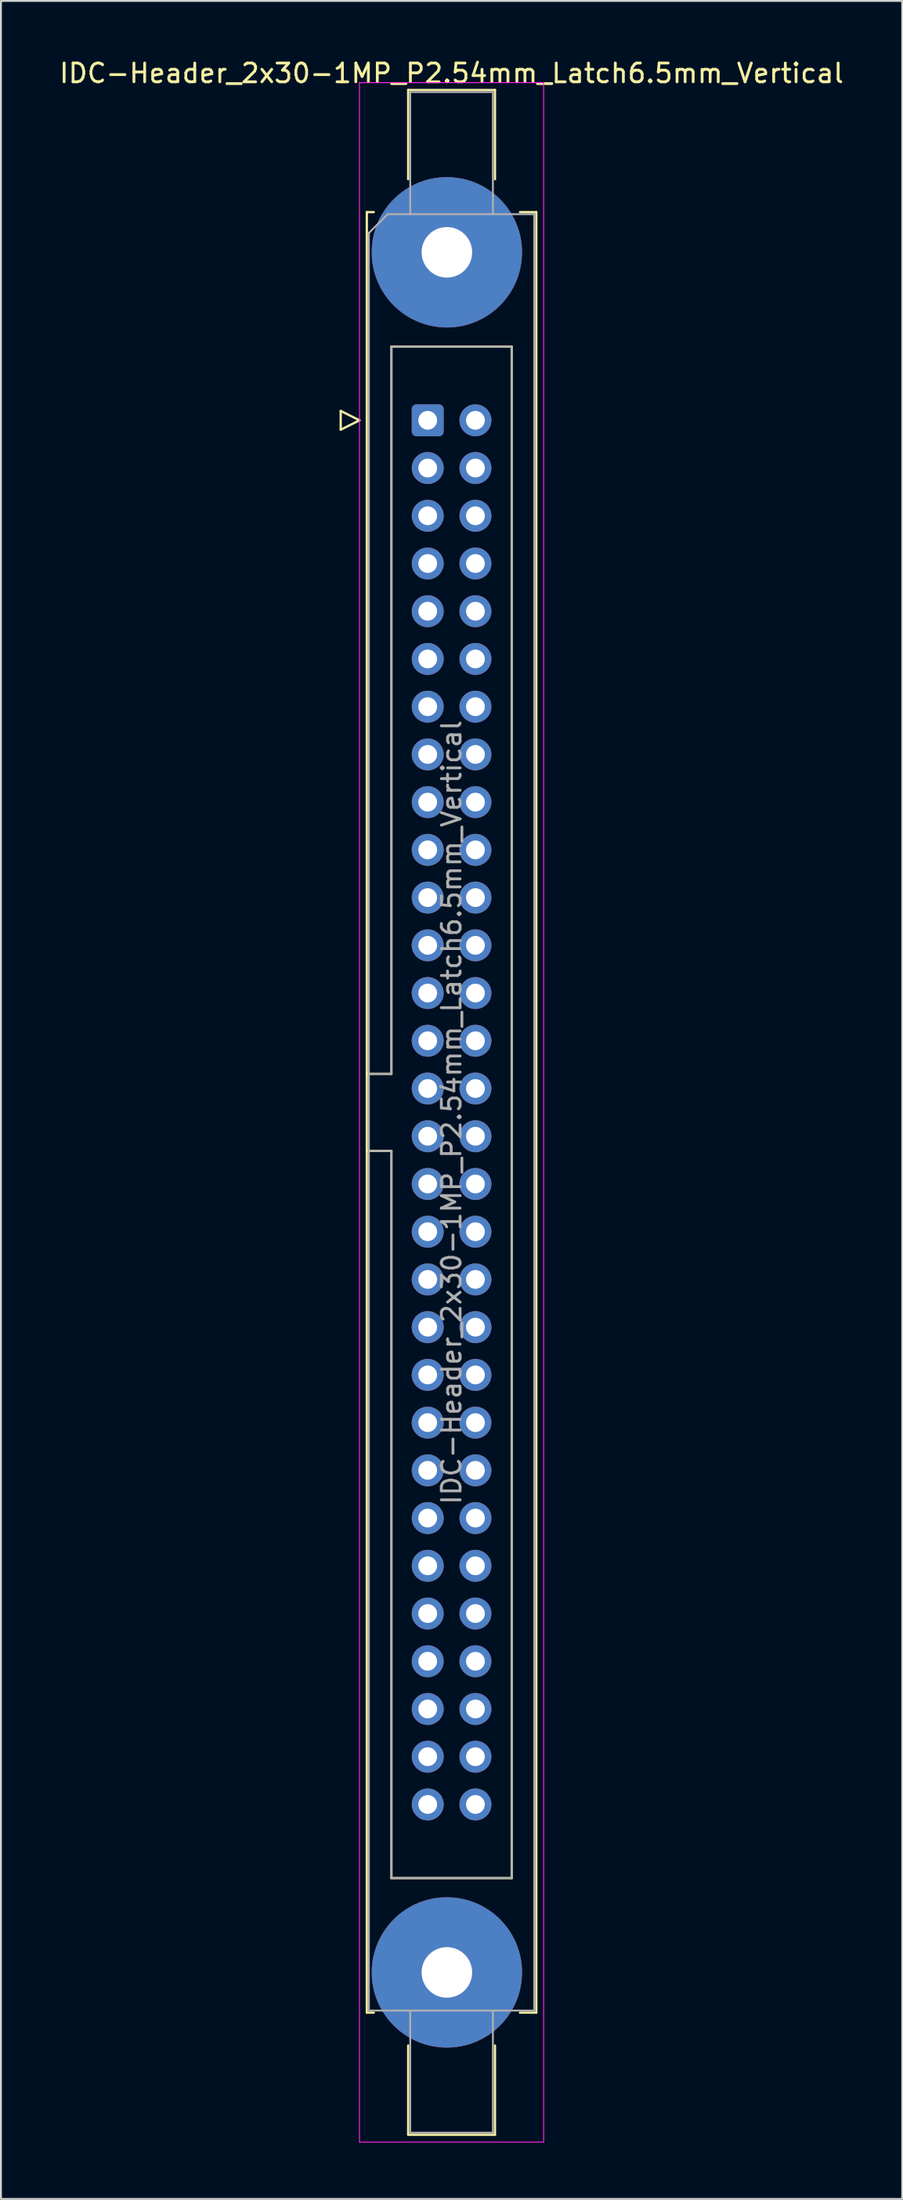
<source format=kicad_pcb>
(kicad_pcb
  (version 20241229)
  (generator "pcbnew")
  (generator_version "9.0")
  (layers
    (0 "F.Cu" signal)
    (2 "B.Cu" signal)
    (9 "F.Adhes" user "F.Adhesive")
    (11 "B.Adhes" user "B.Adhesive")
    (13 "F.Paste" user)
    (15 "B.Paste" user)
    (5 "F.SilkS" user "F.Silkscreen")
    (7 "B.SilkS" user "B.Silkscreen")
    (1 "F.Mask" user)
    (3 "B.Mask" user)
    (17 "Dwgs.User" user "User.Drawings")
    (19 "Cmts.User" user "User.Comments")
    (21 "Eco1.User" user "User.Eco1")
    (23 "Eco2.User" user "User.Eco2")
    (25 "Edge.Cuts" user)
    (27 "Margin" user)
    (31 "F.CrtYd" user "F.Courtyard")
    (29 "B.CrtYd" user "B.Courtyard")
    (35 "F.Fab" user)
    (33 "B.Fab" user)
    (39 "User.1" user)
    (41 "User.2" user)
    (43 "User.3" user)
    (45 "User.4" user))
  (footprint "IDC-Header_2x30-1MP_P2.54mm_Latch6.5mm_Vertical"
    (layer "F.Cu")
    (at 19.712 19.318)
    (property "Reference" "IDC-Header_2x30-1MP_P2.54mm_Latch6.5mm_Vertical" (at 1.27 -18.47 0) (layer "F.SilkS") (effects (font (size 1 1) (thickness 0.15))))
    (attr through_hole)
    (fp_line (start -4.63 -0.5) (end -4.63 0.5) (stroke (width 0.12) (type solid)) (layer "F.SilkS"))
    (fp_line (start -4.63 0.5) (end -3.63 0) (stroke (width 0.12) (type solid)) (layer "F.SilkS"))
    (fp_line (start -3.63 0) (end -4.63 -0.5) (stroke (width 0.12) (type solid)) (layer "F.SilkS"))
    (fp_line (start -3.24 -11.08) (end -3.24 84.74) (stroke (width 0.12) (type solid)) (layer "F.SilkS"))
    (fp_line (start -3.24 34.78) (end -1.93 34.78) (stroke (width 0.12) (type solid)) (layer "F.SilkS"))
    (fp_line (start -3.24 84.74) (end -2.87 84.74) (stroke (width 0.12) (type solid)) (layer "F.SilkS"))
    (fp_line (start -2.87 -11.08) (end -3.24 -11.08) (stroke (width 0.12) (type solid)) (layer "F.SilkS"))
    (fp_line (start -1.93 -3.92) (end 4.47 -3.92) (stroke (width 0.12) (type solid)) (layer "F.SilkS"))
    (fp_line (start -1.93 34.78) (end -1.93 -3.92) (stroke (width 0.12) (type solid)) (layer "F.SilkS"))
    (fp_line (start -1.93 38.88) (end -3.24 38.88) (stroke (width 0.12) (type solid)) (layer "F.SilkS"))
    (fp_line (start -1.93 77.58) (end -1.93 38.88) (stroke (width 0.12) (type solid)) (layer "F.SilkS"))
    (fp_line (start -1.04 -17.58) (end 3.58 -17.58) (stroke (width 0.12) (type solid)) (layer "F.SilkS"))
    (fp_line (start -1.04 -12.83) (end -1.04 -17.58) (stroke (width 0.12) (type solid)) (layer "F.SilkS"))
    (fp_line (start -1.04 86.49) (end -1.04 91.24) (stroke (width 0.12) (type solid)) (layer "F.SilkS"))
    (fp_line (start -1.04 91.24) (end 3.58 91.24) (stroke (width 0.12) (type solid)) (layer "F.SilkS"))
    (fp_line (start 3.58 -17.58) (end 3.58 -12.83) (stroke (width 0.12) (type solid)) (layer "F.SilkS"))
    (fp_line (start 3.58 91.24) (end 3.58 86.49) (stroke (width 0.12) (type solid)) (layer "F.SilkS"))
    (fp_line (start 4.47 -3.92) (end 4.47 77.58) (stroke (width 0.12) (type solid)) (layer "F.SilkS"))
    (fp_line (start 4.47 77.58) (end -1.93 77.58) (stroke (width 0.12) (type solid)) (layer "F.SilkS"))
    (fp_line (start 4.91 -11.08) (end 5.78 -11.08) (stroke (width 0.12) (type solid)) (layer "F.SilkS"))
    (fp_line (start 5.78 -11.08) (end 5.78 84.74) (stroke (width 0.12) (type solid)) (layer "F.SilkS"))
    (fp_line (start 5.78 84.74) (end 4.91 84.74) (stroke (width 0.12) (type solid)) (layer "F.SilkS"))
    (fp_line (start -3.63 -17.97) (end -3.63 91.63) (stroke (width 0.05) (type solid)) (layer "F.CrtYd"))
    (fp_line (start -3.63 91.63) (end 6.17 91.63) (stroke (width 0.05) (type solid)) (layer "F.CrtYd"))
    (fp_line (start 6.17 -17.97) (end -3.63 -17.97) (stroke (width 0.05) (type solid)) (layer "F.CrtYd"))
    (fp_line (start 6.17 91.63) (end 6.17 -17.97) (stroke (width 0.05) (type solid)) (layer "F.CrtYd"))
    (fp_line (start -3.13 -9.97) (end -2.13 -10.97) (stroke (width 0.1) (type solid)) (layer "F.Fab"))
    (fp_line (start -3.13 34.78) (end -1.93 34.78) (stroke (width 0.1) (type solid)) (layer "F.Fab"))
    (fp_line (start -3.13 84.63) (end -3.13 -9.97) (stroke (width 0.1) (type solid)) (layer "F.Fab"))
    (fp_line (start -2.13 -10.97) (end 5.67 -10.97) (stroke (width 0.1) (type solid)) (layer "F.Fab"))
    (fp_line (start -1.93 -3.92) (end 4.47 -3.92) (stroke (width 0.1) (type solid)) (layer "F.Fab"))
    (fp_line (start -1.93 34.78) (end -1.93 -3.92) (stroke (width 0.1) (type solid)) (layer "F.Fab"))
    (fp_line (start -1.93 38.88) (end -3.13 38.88) (stroke (width 0.1) (type solid)) (layer "F.Fab"))
    (fp_line (start -1.93 77.58) (end -1.93 38.88) (stroke (width 0.1) (type solid)) (layer "F.Fab"))
    (fp_line (start -0.93 -17.47) (end 3.47 -17.47) (stroke (width 0.1) (type solid)) (layer "F.Fab"))
    (fp_line (start -0.93 -10.97) (end -0.93 -17.47) (stroke (width 0.1) (type solid)) (layer "F.Fab"))
    (fp_line (start -0.93 84.63) (end -0.93 91.13) (stroke (width 0.1) (type solid)) (layer "F.Fab"))
    (fp_line (start -0.93 91.13) (end 3.47 91.13) (stroke (width 0.1) (type solid)) (layer "F.Fab"))
    (fp_line (start 3.47 -17.47) (end 3.47 -10.97) (stroke (width 0.1) (type solid)) (layer "F.Fab"))
    (fp_line (start 3.47 91.13) (end 3.47 84.63) (stroke (width 0.1) (type solid)) (layer "F.Fab"))
    (fp_line (start 4.47 -3.92) (end 4.47 77.58) (stroke (width 0.1) (type solid)) (layer "F.Fab"))
    (fp_line (start 4.47 77.58) (end -1.93 77.58) (stroke (width 0.1) (type solid)) (layer "F.Fab"))
    (fp_line (start 5.67 -10.97) (end 5.67 84.63) (stroke (width 0.1) (type solid)) (layer "F.Fab"))
    (fp_line (start 5.67 84.63) (end -3.13 84.63) (stroke (width 0.1) (type solid)) (layer "F.Fab"))
    (fp_text user "${REFERENCE}" (at 1.27 36.83 90) (layer "F.Fab") (effects (font (size 1 1) (thickness 0.15))))
    (pad "1" thru_hole roundrect (at 0 0) (size 1.7 1.7) (drill 1) (layers "*.Cu" "*.Mask") (roundrect_rratio 0.147))
    (pad "2" thru_hole circle (at 2.54 0) (size 1.7 1.7) (drill 1) (layers "*.Cu" "*.Mask"))
    (pad "3" thru_hole circle (at 0 2.54) (size 1.7 1.7) (drill 1) (layers "*.Cu" "*.Mask"))
    (pad "4" thru_hole circle (at 2.54 2.54) (size 1.7 1.7) (drill 1) (layers "*.Cu" "*.Mask"))
    (pad "5" thru_hole circle (at 0 5.08) (size 1.7 1.7) (drill 1) (layers "*.Cu" "*.Mask"))
    (pad "6" thru_hole circle (at 2.54 5.08) (size 1.7 1.7) (drill 1) (layers "*.Cu" "*.Mask"))
    (pad "7" thru_hole circle (at 0 7.62) (size 1.7 1.7) (drill 1) (layers "*.Cu" "*.Mask"))
    (pad "8" thru_hole circle (at 2.54 7.62) (size 1.7 1.7) (drill 1) (layers "*.Cu" "*.Mask"))
    (pad "9" thru_hole circle (at 0 10.16) (size 1.7 1.7) (drill 1) (layers "*.Cu" "*.Mask"))
    (pad "10" thru_hole circle (at 2.54 10.16) (size 1.7 1.7) (drill 1) (layers "*.Cu" "*.Mask"))
    (pad "11" thru_hole circle (at 0 12.7) (size 1.7 1.7) (drill 1) (layers "*.Cu" "*.Mask"))
    (pad "12" thru_hole circle (at 2.54 12.7) (size 1.7 1.7) (drill 1) (layers "*.Cu" "*.Mask"))
    (pad "13" thru_hole circle (at 0 15.24) (size 1.7 1.7) (drill 1) (layers "*.Cu" "*.Mask"))
    (pad "14" thru_hole circle (at 2.54 15.24) (size 1.7 1.7) (drill 1) (layers "*.Cu" "*.Mask"))
    (pad "15" thru_hole circle (at 0 17.78) (size 1.7 1.7) (drill 1) (layers "*.Cu" "*.Mask"))
    (pad "16" thru_hole circle (at 2.54 17.78) (size 1.7 1.7) (drill 1) (layers "*.Cu" "*.Mask"))
    (pad "17" thru_hole circle (at 0 20.32) (size 1.7 1.7) (drill 1) (layers "*.Cu" "*.Mask"))
    (pad "18" thru_hole circle (at 2.54 20.32) (size 1.7 1.7) (drill 1) (layers "*.Cu" "*.Mask"))
    (pad "19" thru_hole circle (at 0 22.86) (size 1.7 1.7) (drill 1) (layers "*.Cu" "*.Mask"))
    (pad "20" thru_hole circle (at 2.54 22.86) (size 1.7 1.7) (drill 1) (layers "*.Cu" "*.Mask"))
    (pad "21" thru_hole circle (at 0 25.4) (size 1.7 1.7) (drill 1) (layers "*.Cu" "*.Mask"))
    (pad "22" thru_hole circle (at 2.54 25.4) (size 1.7 1.7) (drill 1) (layers "*.Cu" "*.Mask"))
    (pad "23" thru_hole circle (at 0 27.94) (size 1.7 1.7) (drill 1) (layers "*.Cu" "*.Mask"))
    (pad "24" thru_hole circle (at 2.54 27.94) (size 1.7 1.7) (drill 1) (layers "*.Cu" "*.Mask"))
    (pad "25" thru_hole circle (at 0 30.48) (size 1.7 1.7) (drill 1) (layers "*.Cu" "*.Mask"))
    (pad "26" thru_hole circle (at 2.54 30.48) (size 1.7 1.7) (drill 1) (layers "*.Cu" "*.Mask"))
    (pad "27" thru_hole circle (at 0 33.02) (size 1.7 1.7) (drill 1) (layers "*.Cu" "*.Mask"))
    (pad "28" thru_hole circle (at 2.54 33.02) (size 1.7 1.7) (drill 1) (layers "*.Cu" "*.Mask"))
    (pad "29" thru_hole circle (at 0 35.56) (size 1.7 1.7) (drill 1) (layers "*.Cu" "*.Mask"))
    (pad "30" thru_hole circle (at 2.54 35.56) (size 1.7 1.7) (drill 1) (layers "*.Cu" "*.Mask"))
    (pad "31" thru_hole circle (at 0 38.1) (size 1.7 1.7) (drill 1) (layers "*.Cu" "*.Mask"))
    (pad "32" thru_hole circle (at 2.54 38.1) (size 1.7 1.7) (drill 1) (layers "*.Cu" "*.Mask"))
    (pad "33" thru_hole circle (at 0 40.64) (size 1.7 1.7) (drill 1) (layers "*.Cu" "*.Mask"))
    (pad "34" thru_hole circle (at 2.54 40.64) (size 1.7 1.7) (drill 1) (layers "*.Cu" "*.Mask"))
    (pad "35" thru_hole circle (at 0 43.18) (size 1.7 1.7) (drill 1) (layers "*.Cu" "*.Mask"))
    (pad "36" thru_hole circle (at 2.54 43.18) (size 1.7 1.7) (drill 1) (layers "*.Cu" "*.Mask"))
    (pad "37" thru_hole circle (at 0 45.72) (size 1.7 1.7) (drill 1) (layers "*.Cu" "*.Mask"))
    (pad "38" thru_hole circle (at 2.54 45.72) (size 1.7 1.7) (drill 1) (layers "*.Cu" "*.Mask"))
    (pad "39" thru_hole circle (at 0 48.26) (size 1.7 1.7) (drill 1) (layers "*.Cu" "*.Mask"))
    (pad "40" thru_hole circle (at 2.54 48.26) (size 1.7 1.7) (drill 1) (layers "*.Cu" "*.Mask"))
    (pad "41" thru_hole circle (at 0 50.8) (size 1.7 1.7) (drill 1) (layers "*.Cu" "*.Mask"))
    (pad "42" thru_hole circle (at 2.54 50.8) (size 1.7 1.7) (drill 1) (layers "*.Cu" "*.Mask"))
    (pad "43" thru_hole circle (at 0 53.34) (size 1.7 1.7) (drill 1) (layers "*.Cu" "*.Mask"))
    (pad "44" thru_hole circle (at 2.54 53.34) (size 1.7 1.7) (drill 1) (layers "*.Cu" "*.Mask"))
    (pad "45" thru_hole circle (at 0 55.88) (size 1.7 1.7) (drill 1) (layers "*.Cu" "*.Mask"))
    (pad "46" thru_hole circle (at 2.54 55.88) (size 1.7 1.7) (drill 1) (layers "*.Cu" "*.Mask"))
    (pad "47" thru_hole circle (at 0 58.42) (size 1.7 1.7) (drill 1) (layers "*.Cu" "*.Mask"))
    (pad "48" thru_hole circle (at 2.54 58.42) (size 1.7 1.7) (drill 1) (layers "*.Cu" "*.Mask"))
    (pad "49" thru_hole circle (at 0 60.96) (size 1.7 1.7) (drill 1) (layers "*.Cu" "*.Mask"))
    (pad "50" thru_hole circle (at 2.54 60.96) (size 1.7 1.7) (drill 1) (layers "*.Cu" "*.Mask"))
    (pad "51" thru_hole circle (at 0 63.5) (size 1.7 1.7) (drill 1) (layers "*.Cu" "*.Mask"))
    (pad "52" thru_hole circle (at 2.54 63.5) (size 1.7 1.7) (drill 1) (layers "*.Cu" "*.Mask"))
    (pad "53" thru_hole circle (at 0 66.04) (size 1.7 1.7) (drill 1) (layers "*.Cu" "*.Mask"))
    (pad "54" thru_hole circle (at 2.54 66.04) (size 1.7 1.7) (drill 1) (layers "*.Cu" "*.Mask"))
    (pad "55" thru_hole circle (at 0 68.58) (size 1.7 1.7) (drill 1) (layers "*.Cu" "*.Mask"))
    (pad "56" thru_hole circle (at 2.54 68.58) (size 1.7 1.7) (drill 1) (layers "*.Cu" "*.Mask"))
    (pad "57" thru_hole circle (at 0 71.12) (size 1.7 1.7) (drill 1) (layers "*.Cu" "*.Mask"))
    (pad "58" thru_hole circle (at 2.54 71.12) (size 1.7 1.7) (drill 1) (layers "*.Cu" "*.Mask"))
    (pad "59" thru_hole circle (at 0 73.66) (size 1.7 1.7) (drill 1) (layers "*.Cu" "*.Mask"))
    (pad "60" thru_hole circle (at 2.54 73.66) (size 1.7 1.7) (drill 1) (layers "*.Cu" "*.Mask"))
    (pad "MP" thru_hole circle (at 1.02 -8.94) (size 8 8) (drill 2.69) (layers "*.Cu" "*.Mask"))
    (pad "MP" thru_hole circle (at 1.02 82.6) (size 8 8) (drill 2.69) (layers "*.Cu" "*.Mask")))
  (gr_rect
    (start -3 -3)
    (end 44.964 113.973)
    (stroke (width 0.1) (type default))
    (fill no)
    (layer "Edge.Cuts")))
</source>
